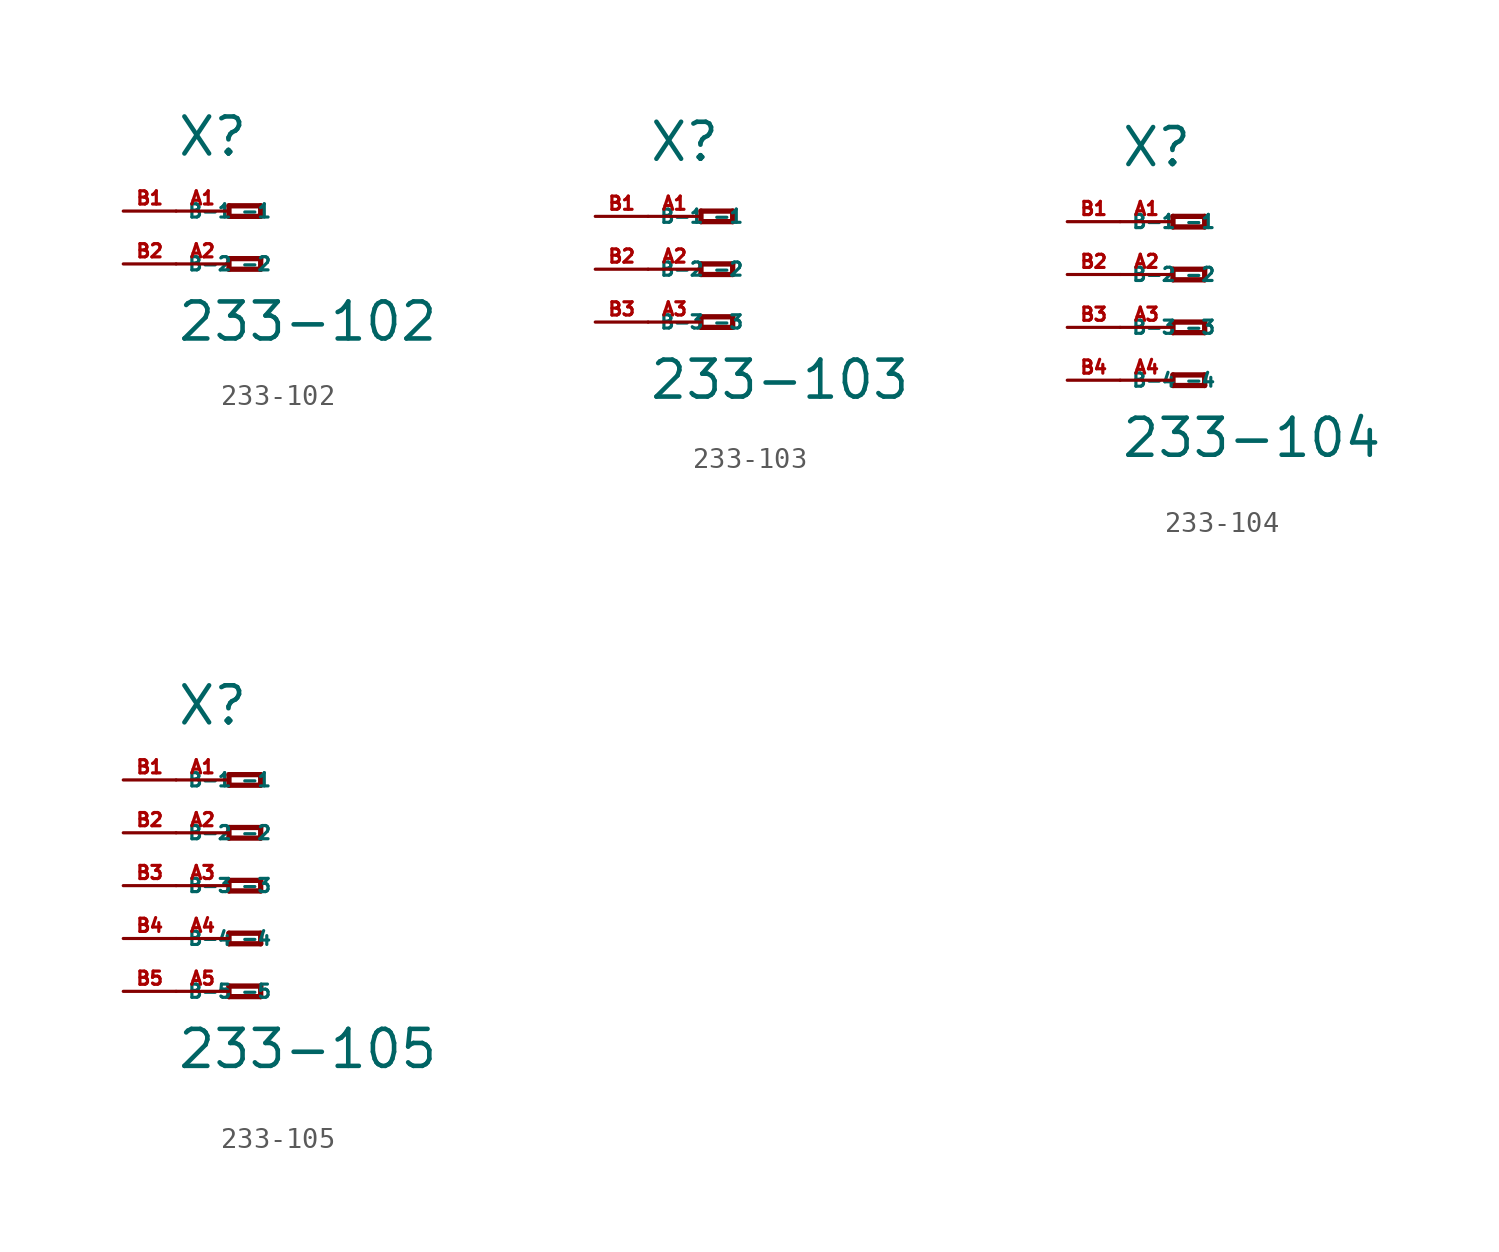
<source format=kicad_sym>
(kicad_symbol_lib
  (version 20220914)
  (generator Eagle2Kicad)
  (symbol "233-102"
    (property "Reference" "X"
      (at -5.08 2.54 0)
      (effects (font (size 1.778 1.778) (thickness 0.22)) (justify left bottom)))
    (property "Value" "233-102"
      (at -5.08 -6.35 0)
      (effects (font (size 1.778 1.778) (thickness 0.22)) (justify left bottom)))
    (polyline
      (pts (xy -2.54 0.254) (xy -2.54 -0.254))
      (stroke (width 0.254) (type default))
      (fill (type none)))
    (polyline
      (pts (xy -2.54 -0.254) (xy -1.016 -0.254))
      (stroke (width 0.254) (type default))
      (fill (type none)))
    (polyline
      (pts (xy -1.016 -0.254) (xy -1.016 0.254))
      (stroke (width 0.254) (type default))
      (fill (type none)))
    (polyline
      (pts (xy -1.016 0.254) (xy -2.54 0.254))
      (stroke (width 0.254) (type default))
      (fill (type none)))
    (polyline
      (pts (xy -2.54 -2.286) (xy -2.54 -2.794))
      (stroke (width 0.254) (type default))
      (fill (type none)))
    (polyline
      (pts (xy -2.54 -2.794) (xy -1.016 -2.794))
      (stroke (width 0.254) (type default))
      (fill (type none)))
    (polyline
      (pts (xy -1.016 -2.794) (xy -1.016 -2.286))
      (stroke (width 0.254) (type default))
      (fill (type none)))
    (polyline
      (pts (xy -1.016 -2.286) (xy -2.54 -2.286))
      (stroke (width 0.254) (type default))
      (fill (type none)))
    (pin passive line
      (at -5.08 0 0)
      (length 2.54)
      (name "-1" (effects (font (size 0.635 0.635) (thickness 0.08)) (justify left bottom)))
      (number "A1" (effects (font (size 0.635 0.635) (thickness 0.08)) (justify left bottom))))
    (pin passive line
      (at -5.08 -2.54 0)
      (length 2.54)
      (name "-2" (effects (font (size 0.635 0.635) (thickness 0.08)) (justify left bottom)))
      (number "A2" (effects (font (size 0.635 0.635) (thickness 0.08)) (justify left bottom))))
    (pin passive line
      (at -7.62 -2.54 0)
      (length 2.54)
      (name "B-2" (effects (font (size 0.635 0.635) (thickness 0.08)) (justify left bottom)))
      (number "B2" (effects (font (size 0.635 0.635) (thickness 0.08)) (justify left bottom))))
    (pin passive line
      (at -7.62 0 0)
      (length 2.54)
      (name "B-1" (effects (font (size 0.635 0.635) (thickness 0.08)) (justify left bottom)))
      (number "B1" (effects (font (size 0.635 0.635) (thickness 0.08)) (justify left bottom)))))
  (symbol "233-103"
    (property "Reference" "X"
      (at -5.08 5.08 0)
      (effects (font (size 1.778 1.778) (thickness 0.22)) (justify left bottom)))
    (property "Value" "233-103"
      (at -5.08 -6.35 0)
      (effects (font (size 1.778 1.778) (thickness 0.22)) (justify left bottom)))
    (polyline
      (pts (xy -2.54 2.794) (xy -2.54 2.286))
      (stroke (width 0.254) (type default))
      (fill (type none)))
    (polyline
      (pts (xy -2.54 2.286) (xy -1.016 2.286))
      (stroke (width 0.254) (type default))
      (fill (type none)))
    (polyline
      (pts (xy -1.016 2.286) (xy -1.016 2.794))
      (stroke (width 0.254) (type default))
      (fill (type none)))
    (polyline
      (pts (xy -1.016 2.794) (xy -2.54 2.794))
      (stroke (width 0.254) (type default))
      (fill (type none)))
    (polyline
      (pts (xy -2.54 0.254) (xy -2.54 -0.254))
      (stroke (width 0.254) (type default))
      (fill (type none)))
    (polyline
      (pts (xy -2.54 -0.254) (xy -1.016 -0.254))
      (stroke (width 0.254) (type default))
      (fill (type none)))
    (polyline
      (pts (xy -1.016 -0.254) (xy -1.016 0.254))
      (stroke (width 0.254) (type default))
      (fill (type none)))
    (polyline
      (pts (xy -1.016 0.254) (xy -2.54 0.254))
      (stroke (width 0.254) (type default))
      (fill (type none)))
    (polyline
      (pts (xy -2.54 -2.286) (xy -2.54 -2.794))
      (stroke (width 0.254) (type default))
      (fill (type none)))
    (polyline
      (pts (xy -2.54 -2.794) (xy -1.016 -2.794))
      (stroke (width 0.254) (type default))
      (fill (type none)))
    (polyline
      (pts (xy -1.016 -2.794) (xy -1.016 -2.286))
      (stroke (width 0.254) (type default))
      (fill (type none)))
    (polyline
      (pts (xy -1.016 -2.286) (xy -2.54 -2.286))
      (stroke (width 0.254) (type default))
      (fill (type none)))
    (pin passive line
      (at -5.08 2.54 0)
      (length 2.54)
      (name "-1" (effects (font (size 0.635 0.635) (thickness 0.08)) (justify left bottom)))
      (number "A1" (effects (font (size 0.635 0.635) (thickness 0.08)) (justify left bottom))))
    (pin passive line
      (at -5.08 0 0)
      (length 2.54)
      (name "-2" (effects (font (size 0.635 0.635) (thickness 0.08)) (justify left bottom)))
      (number "A2" (effects (font (size 0.635 0.635) (thickness 0.08)) (justify left bottom))))
    (pin passive line
      (at -5.08 -2.54 0)
      (length 2.54)
      (name "-3" (effects (font (size 0.635 0.635) (thickness 0.08)) (justify left bottom)))
      (number "A3" (effects (font (size 0.635 0.635) (thickness 0.08)) (justify left bottom))))
    (pin passive line
      (at -7.62 -2.54 0)
      (length 2.54)
      (name "B-3" (effects (font (size 0.635 0.635) (thickness 0.08)) (justify left bottom)))
      (number "B3" (effects (font (size 0.635 0.635) (thickness 0.08)) (justify left bottom))))
    (pin passive line
      (at -7.62 2.54 0)
      (length 2.54)
      (name "B-1" (effects (font (size 0.635 0.635) (thickness 0.08)) (justify left bottom)))
      (number "B1" (effects (font (size 0.635 0.635) (thickness 0.08)) (justify left bottom))))
    (pin passive line
      (at -7.62 0 0)
      (length 2.54)
      (name "B-2" (effects (font (size 0.635 0.635) (thickness 0.08)) (justify left bottom)))
      (number "B2" (effects (font (size 0.635 0.635) (thickness 0.08)) (justify left bottom)))))
  (symbol "233-104"
    (property "Reference" "X"
      (at -5.08 5.08 0)
      (effects (font (size 1.778 1.778) (thickness 0.22)) (justify left bottom)))
    (property "Value" "233-104"
      (at -5.08 -8.89 0)
      (effects (font (size 1.778 1.778) (thickness 0.22)) (justify left bottom)))
    (polyline
      (pts (xy -2.54 2.794) (xy -2.54 2.286))
      (stroke (width 0.254) (type default))
      (fill (type none)))
    (polyline
      (pts (xy -2.54 2.286) (xy -1.016 2.286))
      (stroke (width 0.254) (type default))
      (fill (type none)))
    (polyline
      (pts (xy -1.016 2.286) (xy -1.016 2.794))
      (stroke (width 0.254) (type default))
      (fill (type none)))
    (polyline
      (pts (xy -1.016 2.794) (xy -2.54 2.794))
      (stroke (width 0.254) (type default))
      (fill (type none)))
    (polyline
      (pts (xy -2.54 0.254) (xy -2.54 -0.254))
      (stroke (width 0.254) (type default))
      (fill (type none)))
    (polyline
      (pts (xy -2.54 -0.254) (xy -1.016 -0.254))
      (stroke (width 0.254) (type default))
      (fill (type none)))
    (polyline
      (pts (xy -1.016 -0.254) (xy -1.016 0.254))
      (stroke (width 0.254) (type default))
      (fill (type none)))
    (polyline
      (pts (xy -1.016 0.254) (xy -2.54 0.254))
      (stroke (width 0.254) (type default))
      (fill (type none)))
    (polyline
      (pts (xy -2.54 -2.286) (xy -2.54 -2.794))
      (stroke (width 0.254) (type default))
      (fill (type none)))
    (polyline
      (pts (xy -2.54 -2.794) (xy -1.016 -2.794))
      (stroke (width 0.254) (type default))
      (fill (type none)))
    (polyline
      (pts (xy -1.016 -2.794) (xy -1.016 -2.286))
      (stroke (width 0.254) (type default))
      (fill (type none)))
    (polyline
      (pts (xy -1.016 -2.286) (xy -2.54 -2.286))
      (stroke (width 0.254) (type default))
      (fill (type none)))
    (polyline
      (pts (xy -2.54 -4.826) (xy -2.54 -5.334))
      (stroke (width 0.254) (type default))
      (fill (type none)))
    (polyline
      (pts (xy -2.54 -5.334) (xy -1.016 -5.334))
      (stroke (width 0.254) (type default))
      (fill (type none)))
    (polyline
      (pts (xy -1.016 -5.334) (xy -1.016 -4.826))
      (stroke (width 0.254) (type default))
      (fill (type none)))
    (polyline
      (pts (xy -1.016 -4.826) (xy -2.54 -4.826))
      (stroke (width 0.254) (type default))
      (fill (type none)))
    (pin passive line
      (at -5.08 2.54 0)
      (length 2.54)
      (name "-1" (effects (font (size 0.635 0.635) (thickness 0.08)) (justify left bottom)))
      (number "A1" (effects (font (size 0.635 0.635) (thickness 0.08)) (justify left bottom))))
    (pin passive line
      (at -5.08 0 0)
      (length 2.54)
      (name "-2" (effects (font (size 0.635 0.635) (thickness 0.08)) (justify left bottom)))
      (number "A2" (effects (font (size 0.635 0.635) (thickness 0.08)) (justify left bottom))))
    (pin passive line
      (at -5.08 -2.54 0)
      (length 2.54)
      (name "-3" (effects (font (size 0.635 0.635) (thickness 0.08)) (justify left bottom)))
      (number "A3" (effects (font (size 0.635 0.635) (thickness 0.08)) (justify left bottom))))
    (pin passive line
      (at -5.08 -5.08 0)
      (length 2.54)
      (name "-4" (effects (font (size 0.635 0.635) (thickness 0.08)) (justify left bottom)))
      (number "A4" (effects (font (size 0.635 0.635) (thickness 0.08)) (justify left bottom))))
    (pin passive line
      (at -7.62 -5.08 0)
      (length 2.54)
      (name "B-4" (effects (font (size 0.635 0.635) (thickness 0.08)) (justify left bottom)))
      (number "B4" (effects (font (size 0.635 0.635) (thickness 0.08)) (justify left bottom))))
    (pin passive line
      (at -7.62 2.54 0)
      (length 2.54)
      (name "B-1" (effects (font (size 0.635 0.635) (thickness 0.08)) (justify left bottom)))
      (number "B1" (effects (font (size 0.635 0.635) (thickness 0.08)) (justify left bottom))))
    (pin passive line
      (at -7.62 0 0)
      (length 2.54)
      (name "B-2" (effects (font (size 0.635 0.635) (thickness 0.08)) (justify left bottom)))
      (number "B2" (effects (font (size 0.635 0.635) (thickness 0.08)) (justify left bottom))))
    (pin passive line
      (at -7.62 -2.54 0)
      (length 2.54)
      (name "B-3" (effects (font (size 0.635 0.635) (thickness 0.08)) (justify left bottom)))
      (number "B3" (effects (font (size 0.635 0.635) (thickness 0.08)) (justify left bottom)))))
  (symbol "233-105"
    (property "Reference" "X"
      (at -5.08 7.62 0)
      (effects (font (size 1.778 1.778) (thickness 0.22)) (justify left bottom)))
    (property "Value" "233-105"
      (at -5.08 -8.89 0)
      (effects (font (size 1.778 1.778) (thickness 0.22)) (justify left bottom)))
    (polyline
      (pts (xy -2.54 5.334) (xy -2.54 4.826))
      (stroke (width 0.254) (type default))
      (fill (type none)))
    (polyline
      (pts (xy -2.54 4.826) (xy -1.016 4.826))
      (stroke (width 0.254) (type default))
      (fill (type none)))
    (polyline
      (pts (xy -1.016 4.826) (xy -1.016 5.334))
      (stroke (width 0.254) (type default))
      (fill (type none)))
    (polyline
      (pts (xy -1.016 5.334) (xy -2.54 5.334))
      (stroke (width 0.254) (type default))
      (fill (type none)))
    (polyline
      (pts (xy -2.54 2.794) (xy -2.54 2.286))
      (stroke (width 0.254) (type default))
      (fill (type none)))
    (polyline
      (pts (xy -2.54 2.286) (xy -1.016 2.286))
      (stroke (width 0.254) (type default))
      (fill (type none)))
    (polyline
      (pts (xy -1.016 2.286) (xy -1.016 2.794))
      (stroke (width 0.254) (type default))
      (fill (type none)))
    (polyline
      (pts (xy -1.016 2.794) (xy -2.54 2.794))
      (stroke (width 0.254) (type default))
      (fill (type none)))
    (polyline
      (pts (xy -2.54 0.254) (xy -2.54 -0.254))
      (stroke (width 0.254) (type default))
      (fill (type none)))
    (polyline
      (pts (xy -2.54 -0.254) (xy -1.016 -0.254))
      (stroke (width 0.254) (type default))
      (fill (type none)))
    (polyline
      (pts (xy -1.016 -0.254) (xy -1.016 0.254))
      (stroke (width 0.254) (type default))
      (fill (type none)))
    (polyline
      (pts (xy -1.016 0.254) (xy -2.54 0.254))
      (stroke (width 0.254) (type default))
      (fill (type none)))
    (polyline
      (pts (xy -2.54 -2.286) (xy -2.54 -2.794))
      (stroke (width 0.254) (type default))
      (fill (type none)))
    (polyline
      (pts (xy -2.54 -2.794) (xy -1.016 -2.794))
      (stroke (width 0.254) (type default))
      (fill (type none)))
    (polyline
      (pts (xy -1.016 -2.794) (xy -1.016 -2.286))
      (stroke (width 0.254) (type default))
      (fill (type none)))
    (polyline
      (pts (xy -1.016 -2.286) (xy -2.54 -2.286))
      (stroke (width 0.254) (type default))
      (fill (type none)))
    (polyline
      (pts (xy -2.54 -4.826) (xy -2.54 -5.334))
      (stroke (width 0.254) (type default))
      (fill (type none)))
    (polyline
      (pts (xy -2.54 -5.334) (xy -1.016 -5.334))
      (stroke (width 0.254) (type default))
      (fill (type none)))
    (polyline
      (pts (xy -1.016 -5.334) (xy -1.016 -4.826))
      (stroke (width 0.254) (type default))
      (fill (type none)))
    (polyline
      (pts (xy -1.016 -4.826) (xy -2.54 -4.826))
      (stroke (width 0.254) (type default))
      (fill (type none)))
    (pin passive line
      (at -5.08 5.08 0)
      (length 2.54)
      (name "-1" (effects (font (size 0.635 0.635) (thickness 0.08)) (justify left bottom)))
      (number "A1" (effects (font (size 0.635 0.635) (thickness 0.08)) (justify left bottom))))
    (pin passive line
      (at -5.08 2.54 0)
      (length 2.54)
      (name "-2" (effects (font (size 0.635 0.635) (thickness 0.08)) (justify left bottom)))
      (number "A2" (effects (font (size 0.635 0.635) (thickness 0.08)) (justify left bottom))))
    (pin passive line
      (at -5.08 0 0)
      (length 2.54)
      (name "-3" (effects (font (size 0.635 0.635) (thickness 0.08)) (justify left bottom)))
      (number "A3" (effects (font (size 0.635 0.635) (thickness 0.08)) (justify left bottom))))
    (pin passive line
      (at -5.08 -2.54 0)
      (length 2.54)
      (name "-4" (effects (font (size 0.635 0.635) (thickness 0.08)) (justify left bottom)))
      (number "A4" (effects (font (size 0.635 0.635) (thickness 0.08)) (justify left bottom))))
    (pin passive line
      (at -5.08 -5.08 0)
      (length 2.54)
      (name "-5" (effects (font (size 0.635 0.635) (thickness 0.08)) (justify left bottom)))
      (number "A5" (effects (font (size 0.635 0.635) (thickness 0.08)) (justify left bottom))))
    (pin passive line
      (at -7.62 -5.08 0)
      (length 2.54)
      (name "B-5" (effects (font (size 0.635 0.635) (thickness 0.08)) (justify left bottom)))
      (number "B5" (effects (font (size 0.635 0.635) (thickness 0.08)) (justify left bottom))))
    (pin passive line
      (at -7.62 5.08 0)
      (length 2.54)
      (name "B-1" (effects (font (size 0.635 0.635) (thickness 0.08)) (justify left bottom)))
      (number "B1" (effects (font (size 0.635 0.635) (thickness 0.08)) (justify left bottom))))
    (pin passive line
      (at -7.62 2.54 0)
      (length 2.54)
      (name "B-2" (effects (font (size 0.635 0.635) (thickness 0.08)) (justify left bottom)))
      (number "B2" (effects (font (size 0.635 0.635) (thickness 0.08)) (justify left bottom))))
    (pin passive line
      (at -7.62 0 0)
      (length 2.54)
      (name "B-3" (effects (font (size 0.635 0.635) (thickness 0.08)) (justify left bottom)))
      (number "B3" (effects (font (size 0.635 0.635) (thickness 0.08)) (justify left bottom))))
    (pin passive line
      (at -7.62 -2.54 0)
      (length 2.54)
      (name "B-4" (effects (font (size 0.635 0.635) (thickness 0.08)) (justify left bottom)))
      (number "B4" (effects (font (size 0.635 0.635) (thickness 0.08)) (justify left bottom))))))
</source>
